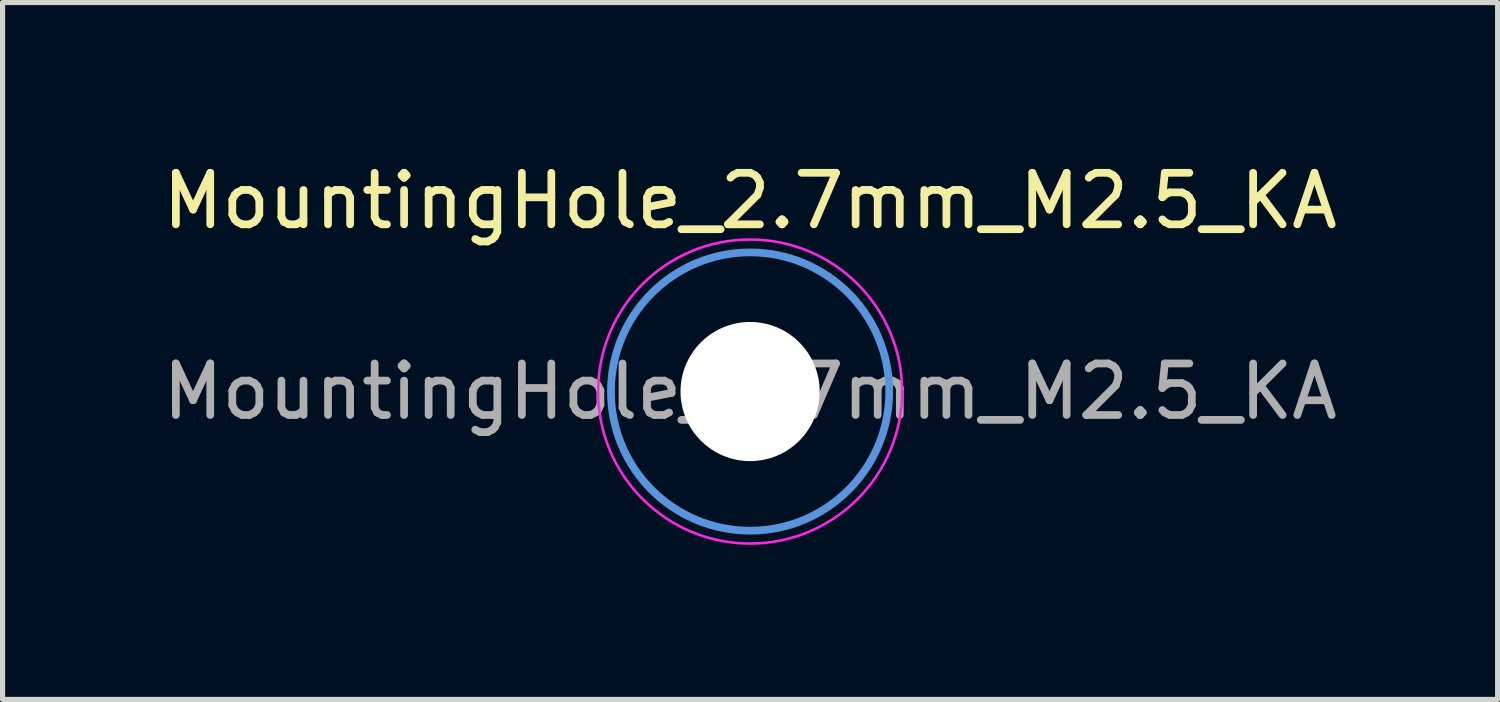
<source format=kicad_pcb>
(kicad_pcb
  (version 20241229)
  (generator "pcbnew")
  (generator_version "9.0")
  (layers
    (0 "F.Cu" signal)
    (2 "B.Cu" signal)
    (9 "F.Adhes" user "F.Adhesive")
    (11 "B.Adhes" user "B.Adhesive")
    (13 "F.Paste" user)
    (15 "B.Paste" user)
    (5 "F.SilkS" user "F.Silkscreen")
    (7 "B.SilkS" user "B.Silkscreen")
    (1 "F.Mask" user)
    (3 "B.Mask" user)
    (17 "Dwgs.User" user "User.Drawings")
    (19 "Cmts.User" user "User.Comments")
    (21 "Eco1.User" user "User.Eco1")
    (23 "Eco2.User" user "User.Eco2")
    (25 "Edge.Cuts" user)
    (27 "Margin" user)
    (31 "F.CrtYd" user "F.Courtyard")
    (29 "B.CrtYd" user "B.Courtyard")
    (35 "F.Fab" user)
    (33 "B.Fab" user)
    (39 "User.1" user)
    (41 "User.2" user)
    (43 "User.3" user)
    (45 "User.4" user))
  (footprint "MountingHole_2.7mm_M2.5_KA"
    (layer "F.Cu")
    (at 11.506 4.548)
    (property "Reference" "MountingHole_2.7mm_M2.5_KA" (at 0 -3.7 0) (layer "F.SilkS") (effects (font (size 1 1) (thickness 0.15))))
    (attr exclude_from_pos_files exclude_from_bom)
    (fp_circle (center 0 0) (end 2.7 0) (stroke (width 0.15) (type solid)) (fill no) (layer "Cmts.User"))
    (fp_circle (center 0 0) (end 2.95 0) (stroke (width 0.05) (type solid)) (fill no) (layer "F.CrtYd"))
    (fp_text user "${REFERENCE}" (at 0 0 0) (layer "F.Fab") (effects (font (size 1 1) (thickness 0.15))))
    (pad "" np_thru_hole circle (at 0 0) (size 2.7 2.7) (drill 2.7) (layers "*.Cu" "*.Mask"))
    (zone (net_name "") (layers "F.Cu" "B.Cu" "F.SilkS" "F.Adhes") (name "SAFE") (hatch edge 0.5) (connect_pads) (min_thickness 0.25) (filled_areas_thickness no) (keepout (tracks not_allowed) (vias not_allowed) (pads allowed) (copperpour not_allowed) (footprints allowed)) (placement (enabled no)) (fill) (polygon (pts (xy 11.506 7.469) (xy 8.966 6.072) (xy 8.966 3.024) (xy 11.506 1.627) (xy 14.046 3.024) (xy 14.046 6.072)))))
  (gr_rect
    (start -3 -3)
    (end 26.012 10.523)
    (stroke (width 0.1) (type default))
    (fill no)
    (layer "Edge.Cuts")))
</source>
